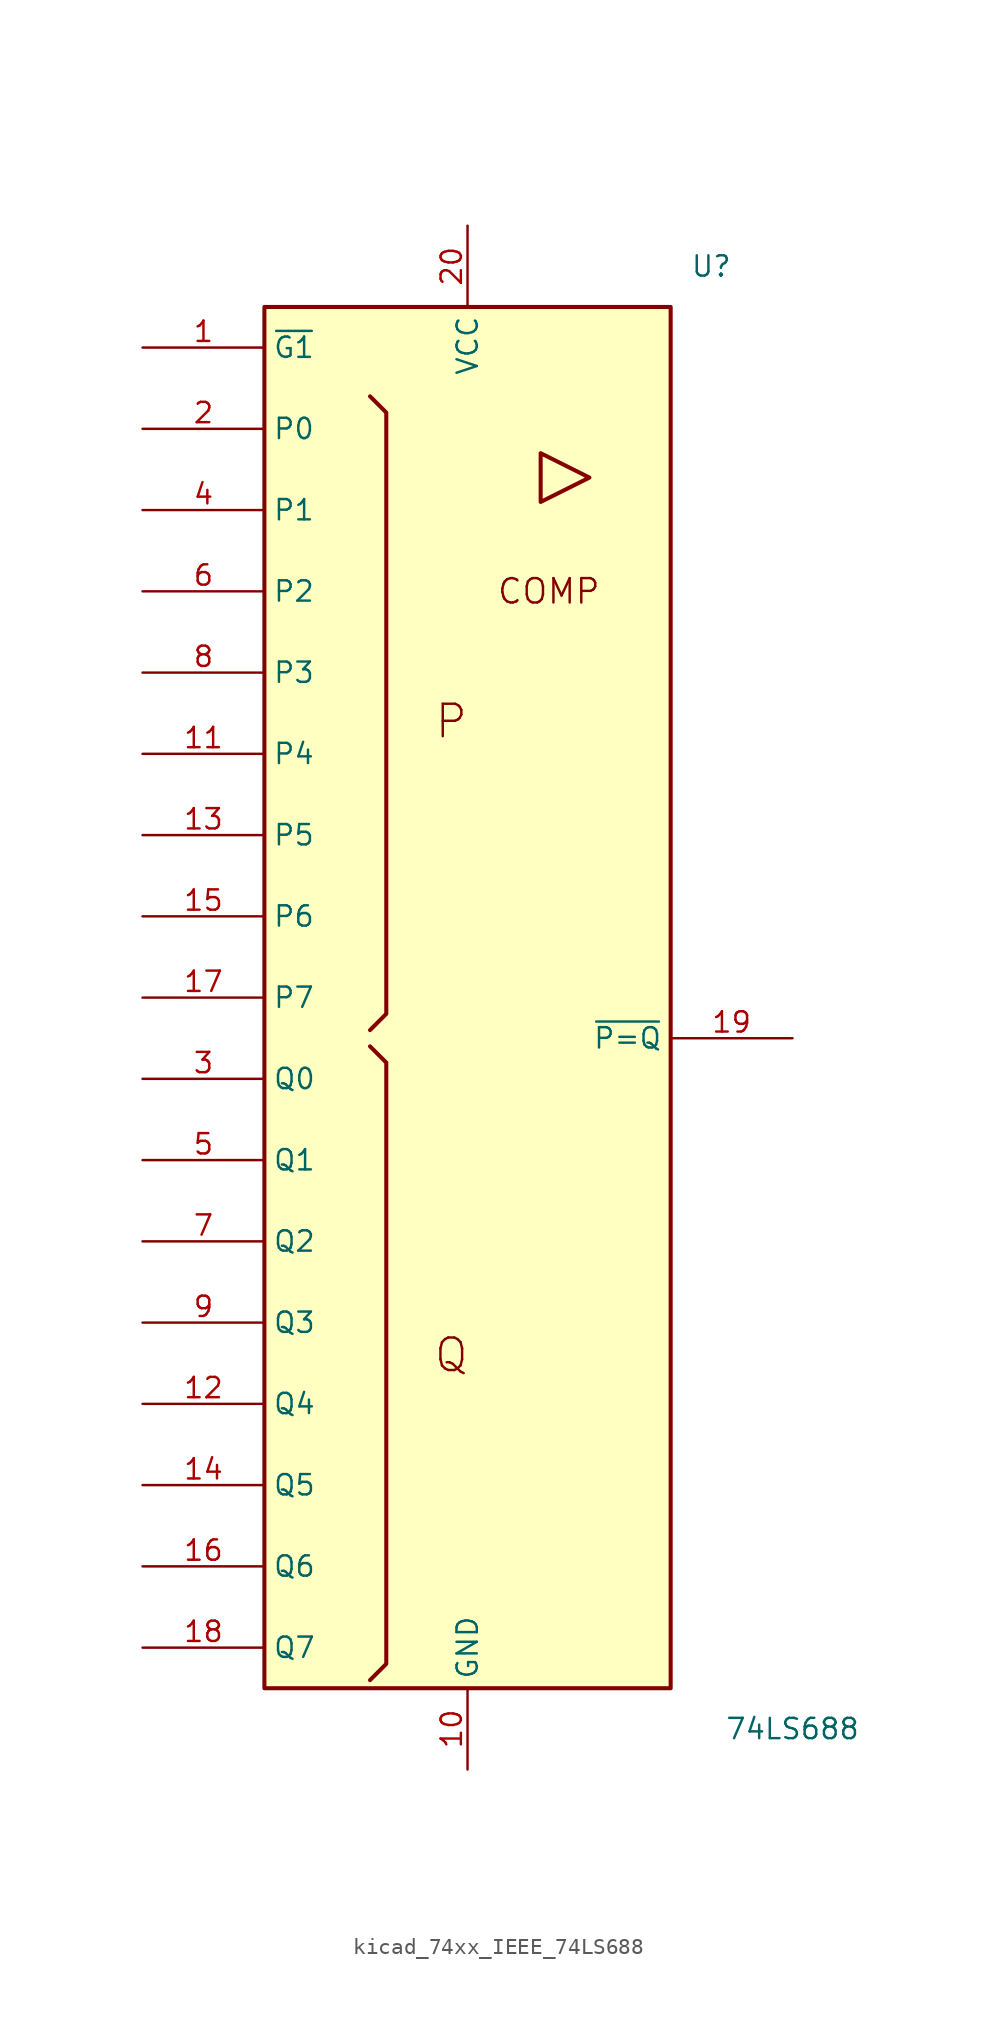
<source format=kicad_sym>
(kicad_symbol_lib
  (version 20220914)
  (generator kicad_symbol_editor)
  (symbol "kicad_74xx_IEEE_74LS688"
    (property "Reference" "U"
      (at 15.24 45.72 0)
      (effects (font (size 1.27 1.27))))
    (property "Value" "74LS688"
      (at 20.32 -45.72 0)
      (effects (font (size 1.27 1.27))))
    (symbol "kicad_74xx_IEEE_74LS688_0_0"
      (polyline (pts (xy 4.572 34.036) (xy 4.572 30.988) (xy 7.62 32.512) (xy 4.572 34.036) (xy 4.572 34.036)) (stroke (width 0.254) (type default)) (fill (type background)))
      (text "COMP" (at 5.08 25.4 0) (effects (font (size 1.524 1.524))))
      (text "P" (at -1.016 17.272 0) (effects (font (size 2.032 2.032))))
      (text "Q" (at -1.016 -22.352 0) (effects (font (size 2.032 2.032)))))
    (symbol "kicad_74xx_IEEE_74LS688_0_1"
      (rectangle (start -12.7 43.18) (end 12.7 -43.18) (stroke (width 0.254) (type default)) (fill (type background)))
      (polyline (pts (xy -6.096 -3.048) (xy -5.08 -4.064) (xy -5.08 -41.656) (xy -6.096 -42.672) (xy -6.096 -42.672)) (stroke (width 0.254) (type default)) (fill (type background)))
      (polyline (pts (xy -6.096 37.592) (xy -5.08 36.576) (xy -5.08 -1.016) (xy -6.096 -2.032) (xy -6.096 -2.032)) (stroke (width 0.254) (type default)) (fill (type background))))
    (symbol "kicad_74xx_IEEE_74LS688_1_1"
      (pin output line (at -20.32 40.64 0) (length 7.62) (name "~{G1}" (effects (font (size 1.27 1.27)))) (number "1" (effects (font (size 1.27 1.27)))))
      (pin power_in line (at 0 -48.26 90) (length 5.08) (name "GND" (effects (font (size 1.27 1.27)))) (number "10" (effects (font (size 1.27 1.27)))))
      (pin input line (at -20.32 15.24 0) (length 7.62) (name "P4" (effects (font (size 1.27 1.27)))) (number "11" (effects (font (size 1.27 1.27)))))
      (pin input line (at -20.32 -25.4 0) (length 7.62) (name "Q4" (effects (font (size 1.27 1.27)))) (number "12" (effects (font (size 1.27 1.27)))))
      (pin input line (at -20.32 10.16 0) (length 7.62) (name "P5" (effects (font (size 1.27 1.27)))) (number "13" (effects (font (size 1.27 1.27)))))
      (pin input line (at -20.32 -30.48 0) (length 7.62) (name "Q5" (effects (font (size 1.27 1.27)))) (number "14" (effects (font (size 1.27 1.27)))))
      (pin input line (at -20.32 5.08 0) (length 7.62) (name "P6" (effects (font (size 1.27 1.27)))) (number "15" (effects (font (size 1.27 1.27)))))
      (pin input line (at -20.32 -35.56 0) (length 7.62) (name "Q6" (effects (font (size 1.27 1.27)))) (number "16" (effects (font (size 1.27 1.27)))))
      (pin input line (at -20.32 0 0) (length 7.62) (name "P7" (effects (font (size 1.27 1.27)))) (number "17" (effects (font (size 1.27 1.27)))))
      (pin input line (at -20.32 -40.64 0) (length 7.62) (name "Q7" (effects (font (size 1.27 1.27)))) (number "18" (effects (font (size 1.27 1.27)))))
      (pin output line (at 20.32 -2.54 180) (length 7.62) (name "~{P=Q}" (effects (font (size 1.27 1.27)))) (number "19" (effects (font (size 1.27 1.27)))))
      (pin input line (at -20.32 35.56 0) (length 7.62) (name "P0" (effects (font (size 1.27 1.27)))) (number "2" (effects (font (size 1.27 1.27)))))
      (pin power_in line (at 0 48.26 270) (length 5.08) (name "VCC" (effects (font (size 1.27 1.27)))) (number "20" (effects (font (size 1.27 1.27)))))
      (pin input line (at -20.32 -5.08 0) (length 7.62) (name "Q0" (effects (font (size 1.27 1.27)))) (number "3" (effects (font (size 1.27 1.27)))))
      (pin input line (at -20.32 30.48 0) (length 7.62) (name "P1" (effects (font (size 1.27 1.27)))) (number "4" (effects (font (size 1.27 1.27)))))
      (pin input line (at -20.32 -10.16 0) (length 7.62) (name "Q1" (effects (font (size 1.27 1.27)))) (number "5" (effects (font (size 1.27 1.27)))))
      (pin input line (at -20.32 25.4 0) (length 7.62) (name "P2" (effects (font (size 1.27 1.27)))) (number "6" (effects (font (size 1.27 1.27)))))
      (pin input line (at -20.32 -15.24 0) (length 7.62) (name "Q2" (effects (font (size 1.27 1.27)))) (number "7" (effects (font (size 1.27 1.27)))))
      (pin input line (at -20.32 20.32 0) (length 7.62) (name "P3" (effects (font (size 1.27 1.27)))) (number "8" (effects (font (size 1.27 1.27)))))
      (pin input line (at -20.32 -20.32 0) (length 7.62) (name "Q3" (effects (font (size 1.27 1.27)))) (number "9" (effects (font (size 1.27 1.27))))))))
</source>
